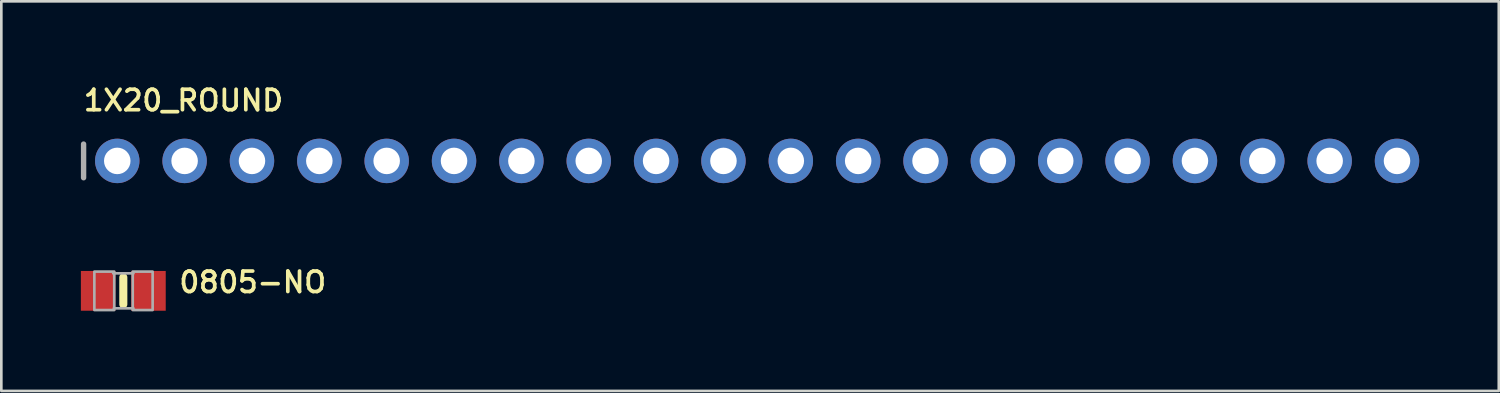
<source format=kicad_pcb>
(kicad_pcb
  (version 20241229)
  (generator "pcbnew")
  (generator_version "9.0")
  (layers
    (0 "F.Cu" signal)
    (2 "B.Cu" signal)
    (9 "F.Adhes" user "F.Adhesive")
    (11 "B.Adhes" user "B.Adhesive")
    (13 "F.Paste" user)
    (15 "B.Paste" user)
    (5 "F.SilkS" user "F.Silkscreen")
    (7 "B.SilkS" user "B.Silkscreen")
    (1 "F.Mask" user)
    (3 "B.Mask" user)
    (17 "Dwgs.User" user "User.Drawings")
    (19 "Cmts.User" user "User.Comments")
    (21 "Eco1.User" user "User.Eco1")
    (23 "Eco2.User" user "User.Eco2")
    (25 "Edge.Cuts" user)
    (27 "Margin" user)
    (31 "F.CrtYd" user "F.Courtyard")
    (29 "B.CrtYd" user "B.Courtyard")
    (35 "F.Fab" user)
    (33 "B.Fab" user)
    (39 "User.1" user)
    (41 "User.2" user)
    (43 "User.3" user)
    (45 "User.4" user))
  (footprint "0805-NO"
    (layer "F.Cu")
    (at 1.6 7.918)
    (property "Reference" "0805-NO" (at 2.032 0.127 180) (layer "F.SilkS") (effects (font (size 0.772 0.772) (thickness 0.139)) (justify left bottom)))
    (attr through_hole)
    (fp_line (start 0 -0.508) (end 0 0.508) (stroke (width 0.305) (type solid)) (layer "F.SilkS"))
    (fp_line (start -0.381 -0.66) (end 0.381 -0.66) (stroke (width 0.102) (type solid)) (layer "F.Fab"))
    (fp_line (start -0.356 0.66) (end 0.381 0.66) (stroke (width 0.102) (type solid)) (layer "F.Fab"))
    (fp_poly (pts (xy -1.092 0.724) (xy -0.342 0.724) (xy -0.342 -0.726) (xy -1.092 -0.726)) (stroke (width 0.1) (type solid)) (fill no) (layer "F.Fab"))
    (fp_poly (pts (xy 0.356 0.724) (xy 1.106 0.724) (xy 1.106 -0.726) (xy 0.356 -0.726)) (stroke (width 0.1) (type solid)) (fill no) (layer "F.Fab"))
    (pad "1" smd rect (at -0.95 0) (size 1.3 1.5) (layers "F.Cu" "F.Mask" "F.Paste"))
    (pad "2" smd rect (at 0.95 0) (size 1.3 1.5) (layers "F.Cu" "F.Mask" "F.Paste")))
  (footprint "1X20_ROUND"
    (layer "F.Cu")
    (at 25.502 3.018)
    (property "Reference" "1X20_ROUND" (at -25.476 -1.829 180) (layer "F.SilkS") (effects (font (size 0.772 0.772) (thickness 0.139)) (justify left bottom)))
    (attr through_hole)
    (fp_line (start -25.4 -0.635) (end -25.4 0.635) (stroke (width 0.203) (type solid)) (layer "F.Fab"))
    (fp_poly (pts (xy -24.384 0.254) (xy -23.876 0.254) (xy -23.876 -0.254) (xy -24.384 -0.254)) (stroke (width 0.1) (type solid)) (fill no) (layer "F.Fab"))
    (fp_poly (pts (xy -21.844 0.254) (xy -21.336 0.254) (xy -21.336 -0.254) (xy -21.844 -0.254)) (stroke (width 0.1) (type solid)) (fill no) (layer "F.Fab"))
    (fp_poly (pts (xy -19.304 0.254) (xy -18.796 0.254) (xy -18.796 -0.254) (xy -19.304 -0.254)) (stroke (width 0.1) (type solid)) (fill no) (layer "F.Fab"))
    (fp_poly (pts (xy -16.764 0.254) (xy -16.256 0.254) (xy -16.256 -0.254) (xy -16.764 -0.254)) (stroke (width 0.1) (type solid)) (fill no) (layer "F.Fab"))
    (fp_poly (pts (xy -14.224 0.254) (xy -13.716 0.254) (xy -13.716 -0.254) (xy -14.224 -0.254)) (stroke (width 0.1) (type solid)) (fill no) (layer "F.Fab"))
    (fp_poly (pts (xy -11.684 0.254) (xy -11.176 0.254) (xy -11.176 -0.254) (xy -11.684 -0.254)) (stroke (width 0.1) (type solid)) (fill no) (layer "F.Fab"))
    (fp_poly (pts (xy -9.144 0.254) (xy -8.636 0.254) (xy -8.636 -0.254) (xy -9.144 -0.254)) (stroke (width 0.1) (type solid)) (fill no) (layer "F.Fab"))
    (fp_poly (pts (xy -6.604 0.254) (xy -6.096 0.254) (xy -6.096 -0.254) (xy -6.604 -0.254)) (stroke (width 0.1) (type solid)) (fill no) (layer "F.Fab"))
    (fp_poly (pts (xy -4.064 0.254) (xy -3.556 0.254) (xy -3.556 -0.254) (xy -4.064 -0.254)) (stroke (width 0.1) (type solid)) (fill no) (layer "F.Fab"))
    (fp_poly (pts (xy -1.524 0.254) (xy -1.016 0.254) (xy -1.016 -0.254) (xy -1.524 -0.254)) (stroke (width 0.1) (type solid)) (fill no) (layer "F.Fab"))
    (fp_poly (pts (xy 1.016 0.254) (xy 1.524 0.254) (xy 1.524 -0.254) (xy 1.016 -0.254)) (stroke (width 0.1) (type solid)) (fill no) (layer "F.Fab"))
    (fp_poly (pts (xy 3.556 0.254) (xy 4.064 0.254) (xy 4.064 -0.254) (xy 3.556 -0.254)) (stroke (width 0.1) (type solid)) (fill no) (layer "F.Fab"))
    (fp_poly (pts (xy 6.096 0.254) (xy 6.604 0.254) (xy 6.604 -0.254) (xy 6.096 -0.254)) (stroke (width 0.1) (type solid)) (fill no) (layer "F.Fab"))
    (fp_poly (pts (xy 8.636 0.254) (xy 9.144 0.254) (xy 9.144 -0.254) (xy 8.636 -0.254)) (stroke (width 0.1) (type solid)) (fill no) (layer "F.Fab"))
    (fp_poly (pts (xy 11.176 0.254) (xy 11.684 0.254) (xy 11.684 -0.254) (xy 11.176 -0.254)) (stroke (width 0.1) (type solid)) (fill no) (layer "F.Fab"))
    (fp_poly (pts (xy 13.716 0.254) (xy 14.224 0.254) (xy 14.224 -0.254) (xy 13.716 -0.254)) (stroke (width 0.1) (type solid)) (fill no) (layer "F.Fab"))
    (fp_poly (pts (xy 16.256 0.254) (xy 16.764 0.254) (xy 16.764 -0.254) (xy 16.256 -0.254)) (stroke (width 0.1) (type solid)) (fill no) (layer "F.Fab"))
    (fp_poly (pts (xy 18.796 0.254) (xy 19.304 0.254) (xy 19.304 -0.254) (xy 18.796 -0.254)) (stroke (width 0.1) (type solid)) (fill no) (layer "F.Fab"))
    (fp_poly (pts (xy 21.336 0.254) (xy 21.844 0.254) (xy 21.844 -0.254) (xy 21.336 -0.254)) (stroke (width 0.1) (type solid)) (fill no) (layer "F.Fab"))
    (fp_poly (pts (xy 23.876 0.254) (xy 24.384 0.254) (xy 24.384 -0.254) (xy 23.876 -0.254)) (stroke (width 0.1) (type solid)) (fill no) (layer "F.Fab"))
    (pad "1" thru_hole circle (at -24.13 0 90) (size 1.676 1.676) (drill 1) (layers "*.Cu" "*.Mask"))
    (pad "2" thru_hole circle (at -21.59 0 90) (size 1.676 1.676) (drill 1) (layers "*.Cu" "*.Mask"))
    (pad "3" thru_hole circle (at -19.05 0 90) (size 1.676 1.676) (drill 1) (layers "*.Cu" "*.Mask"))
    (pad "4" thru_hole circle (at -16.51 0 90) (size 1.676 1.676) (drill 1) (layers "*.Cu" "*.Mask"))
    (pad "5" thru_hole circle (at -13.97 0 90) (size 1.676 1.676) (drill 1) (layers "*.Cu" "*.Mask"))
    (pad "6" thru_hole circle (at -11.43 0 90) (size 1.676 1.676) (drill 1) (layers "*.Cu" "*.Mask"))
    (pad "7" thru_hole circle (at -8.89 0 90) (size 1.676 1.676) (drill 1) (layers "*.Cu" "*.Mask"))
    (pad "8" thru_hole circle (at -6.35 0 90) (size 1.676 1.676) (drill 1) (layers "*.Cu" "*.Mask"))
    (pad "9" thru_hole circle (at -3.81 0 90) (size 1.676 1.676) (drill 1) (layers "*.Cu" "*.Mask"))
    (pad "10" thru_hole circle (at -1.27 0 90) (size 1.676 1.676) (drill 1) (layers "*.Cu" "*.Mask"))
    (pad "11" thru_hole circle (at 1.27 0 90) (size 1.676 1.676) (drill 1) (layers "*.Cu" "*.Mask"))
    (pad "12" thru_hole circle (at 3.81 0 90) (size 1.676 1.676) (drill 1) (layers "*.Cu" "*.Mask"))
    (pad "13" thru_hole circle (at 6.35 0 90) (size 1.676 1.676) (drill 1) (layers "*.Cu" "*.Mask"))
    (pad "14" thru_hole circle (at 8.89 0 90) (size 1.676 1.676) (drill 1) (layers "*.Cu" "*.Mask"))
    (pad "15" thru_hole circle (at 11.43 0 90) (size 1.676 1.676) (drill 1) (layers "*.Cu" "*.Mask"))
    (pad "16" thru_hole circle (at 13.97 0 90) (size 1.676 1.676) (drill 1) (layers "*.Cu" "*.Mask"))
    (pad "17" thru_hole circle (at 16.51 0 90) (size 1.676 1.676) (drill 1) (layers "*.Cu" "*.Mask"))
    (pad "18" thru_hole circle (at 19.05 0 90) (size 1.676 1.676) (drill 1) (layers "*.Cu" "*.Mask"))
    (pad "19" thru_hole circle (at 21.59 0 90) (size 1.676 1.676) (drill 1) (layers "*.Cu" "*.Mask"))
    (pad "20" thru_hole circle (at 24.13 0 90) (size 1.676 1.676) (drill 1) (layers "*.Cu" "*.Mask")))
  (gr_rect
    (start -3 -3)
    (end 53.47 11.692)
    (stroke (width 0.1) (type default))
    (fill no)
    (layer "Edge.Cuts")))
</source>
